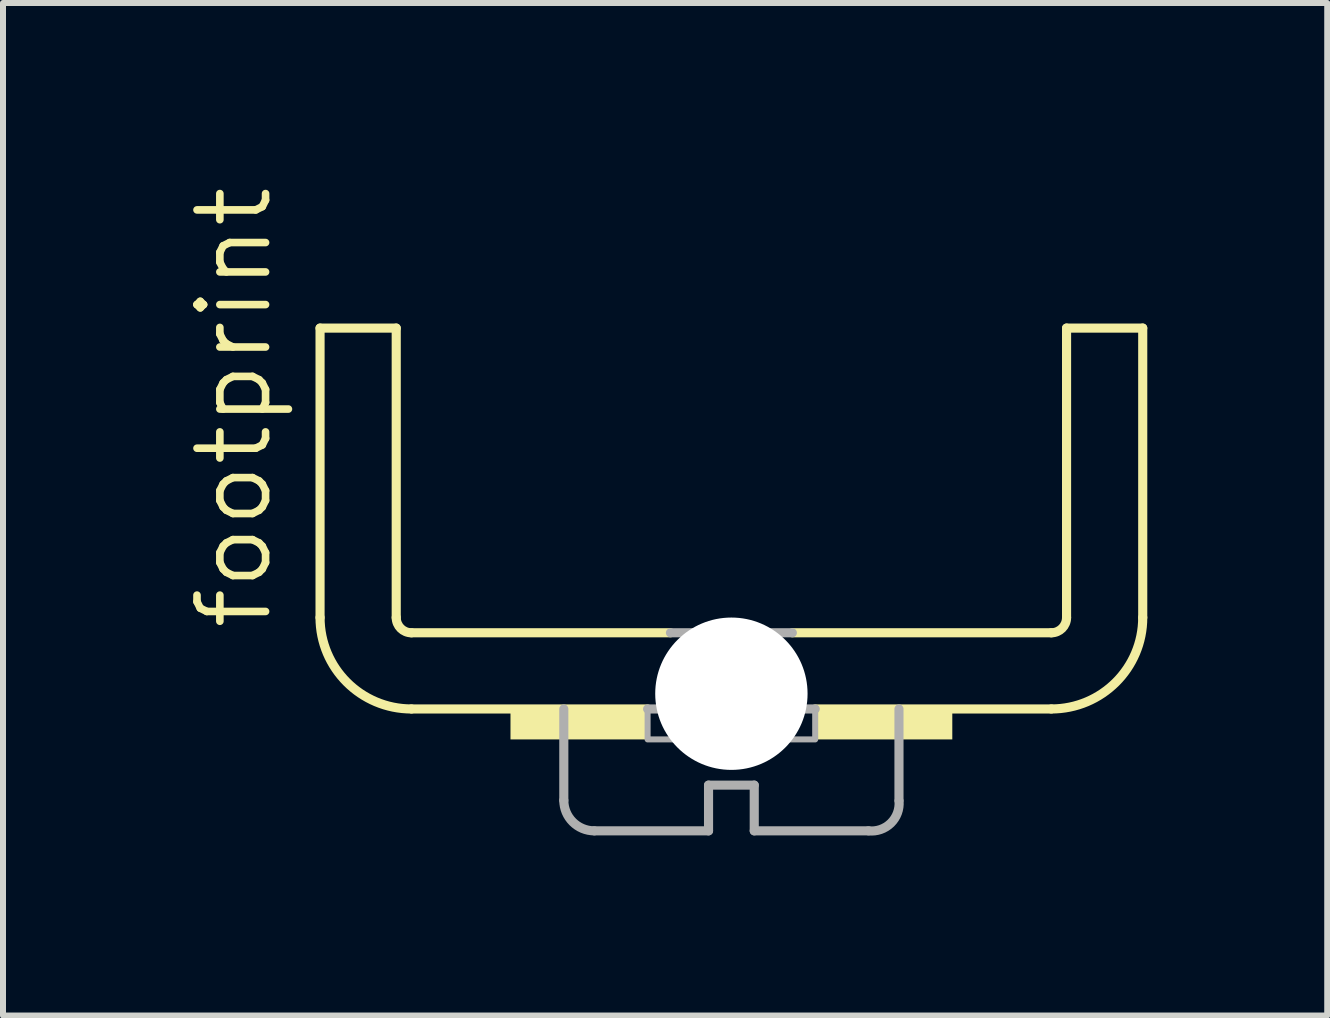
<source format=kicad_pcb>
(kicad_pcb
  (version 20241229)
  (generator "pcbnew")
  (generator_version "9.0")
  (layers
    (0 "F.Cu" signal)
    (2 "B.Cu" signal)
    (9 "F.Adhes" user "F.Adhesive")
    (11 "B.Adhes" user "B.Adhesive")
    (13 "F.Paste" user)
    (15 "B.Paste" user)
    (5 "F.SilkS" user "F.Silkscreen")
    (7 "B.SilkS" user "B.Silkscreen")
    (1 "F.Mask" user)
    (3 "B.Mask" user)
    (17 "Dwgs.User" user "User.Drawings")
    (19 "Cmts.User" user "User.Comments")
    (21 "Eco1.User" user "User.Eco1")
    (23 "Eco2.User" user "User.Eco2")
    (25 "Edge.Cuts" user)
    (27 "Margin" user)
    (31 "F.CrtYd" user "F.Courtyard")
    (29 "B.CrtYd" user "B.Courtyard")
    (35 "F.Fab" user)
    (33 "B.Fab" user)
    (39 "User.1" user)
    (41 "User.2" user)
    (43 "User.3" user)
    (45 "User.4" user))
  (footprint "footprint"
    (layer "F.Cu")
    (at 9.144 7.5)
    (property "Reference" "footprint" (at -7.62 0 90) (layer "F.SilkS") (effects (font (size 1.143 1.143) (thickness 0.127)) (justify left bottom)))
    (fp_line (start -6.858 -5.08) (end -5.588 -5.08) (stroke (width 0.152) (type solid)) (layer "F.SilkS"))
    (fp_line (start -6.858 -0.254) (end -6.858 -5.08) (stroke (width 0.152) (type solid)) (layer "F.SilkS"))
    (fp_line (start -5.588 -0.254) (end -5.588 -5.08) (stroke (width 0.152) (type solid)) (layer "F.SilkS"))
    (fp_line (start -5.334 0) (end -1.016 0) (stroke (width 0.152) (type solid)) (layer "F.SilkS"))
    (fp_line (start -1.397 1.27) (end -5.334 1.27) (stroke (width 0.152) (type solid)) (layer "F.SilkS"))
    (fp_line (start 1.016 0) (end 5.334 0) (stroke (width 0.152) (type solid)) (layer "F.SilkS"))
    (fp_line (start 1.397 1.27) (end 5.334 1.27) (stroke (width 0.152) (type solid)) (layer "F.SilkS"))
    (fp_line (start 5.588 -0.254) (end 5.588 -5.08) (stroke (width 0.152) (type solid)) (layer "F.SilkS"))
    (fp_line (start 6.858 -5.08) (end 5.588 -5.08) (stroke (width 0.152) (type solid)) (layer "F.SilkS"))
    (fp_line (start 6.858 -0.254) (end 6.858 -5.08) (stroke (width 0.152) (type solid)) (layer "F.SilkS"))
    (fp_arc (start -5.334 0) (mid -5.513605 -0.074395) (end -5.588 -0.254) (stroke (width 0.1524) (type solid)) (layer "F.SilkS"))
    (fp_arc (start -5.334 1.27) (mid -6.411631 0.823631) (end -6.858 -0.254) (stroke (width 0.1524) (type solid)) (layer "F.SilkS"))
    (fp_arc (start 5.588 -0.254) (mid 5.513605 -0.074395) (end 5.334 0) (stroke (width 0.1524) (type solid)) (layer "F.SilkS"))
    (fp_arc (start 6.858 -0.254) (mid 6.411631 0.823631) (end 5.334 1.27) (stroke (width 0.1524) (type solid)) (layer "F.SilkS"))
    (fp_poly (pts (xy -3.683 1.778) (xy -1.397 1.778) (xy -1.397 1.27) (xy -3.683 1.27)) (stroke (width 0) (type solid)) (fill yes) (layer "F.SilkS"))
    (fp_poly (pts (xy 1.397 1.778) (xy 3.683 1.778) (xy 3.683 1.27) (xy 1.397 1.27)) (stroke (width 0) (type solid)) (fill yes) (layer "F.SilkS"))
    (fp_line (start -2.794 2.794) (end -2.794 1.27) (stroke (width 0.152) (type solid)) (layer "F.Fab"))
    (fp_line (start -2.286 3.302) (end -0.381 3.302) (stroke (width 0.152) (type solid)) (layer "F.Fab"))
    (fp_line (start -1.016 0) (end 1.016 0) (stroke (width 0.152) (type solid)) (layer "F.Fab"))
    (fp_line (start -0.381 2.54) (end -0.381 3.302) (stroke (width 0.152) (type solid)) (layer "F.Fab"))
    (fp_line (start -0.381 2.54) (end 0.381 2.54) (stroke (width 0.152) (type solid)) (layer "F.Fab"))
    (fp_line (start 0.381 3.302) (end 0.381 2.54) (stroke (width 0.152) (type solid)) (layer "F.Fab"))
    (fp_line (start 1.397 1.27) (end -1.397 1.27) (stroke (width 0.152) (type solid)) (layer "F.Fab"))
    (fp_line (start 2.286 3.302) (end 0.381 3.302) (stroke (width 0.152) (type solid)) (layer "F.Fab"))
    (fp_line (start 2.794 2.794) (end 2.794 1.27) (stroke (width 0.152) (type solid)) (layer "F.Fab"))
    (fp_arc (start -2.286 3.302) (mid -2.64521 3.15321) (end -2.794 2.794) (stroke (width 0.1524) (type solid)) (layer "F.Fab"))
    (fp_arc (start 2.795 2.804898) (mid 2.658168 3.173933) (end 2.286 3.302) (stroke (width 0.1524) (type solid)) (layer "F.Fab"))
    (fp_poly (pts (xy -1.397 1.778) (xy 1.397 1.778) (xy 1.397 1.27) (xy -1.397 1.27)) (stroke (width 0.1) (type solid)) (fill no) (layer "F.Fab"))
    (pad "" np_thru_hole circle (at 0 1.016) (size 2.54 2.54) (drill 2.54) (layers "*.Cu" "*.Mask")))
  (gr_rect
    (start -3 -3)
    (end 19.078 13.881)
    (stroke (width 0.1) (type default))
    (fill no)
    (layer "Edge.Cuts")))
</source>
